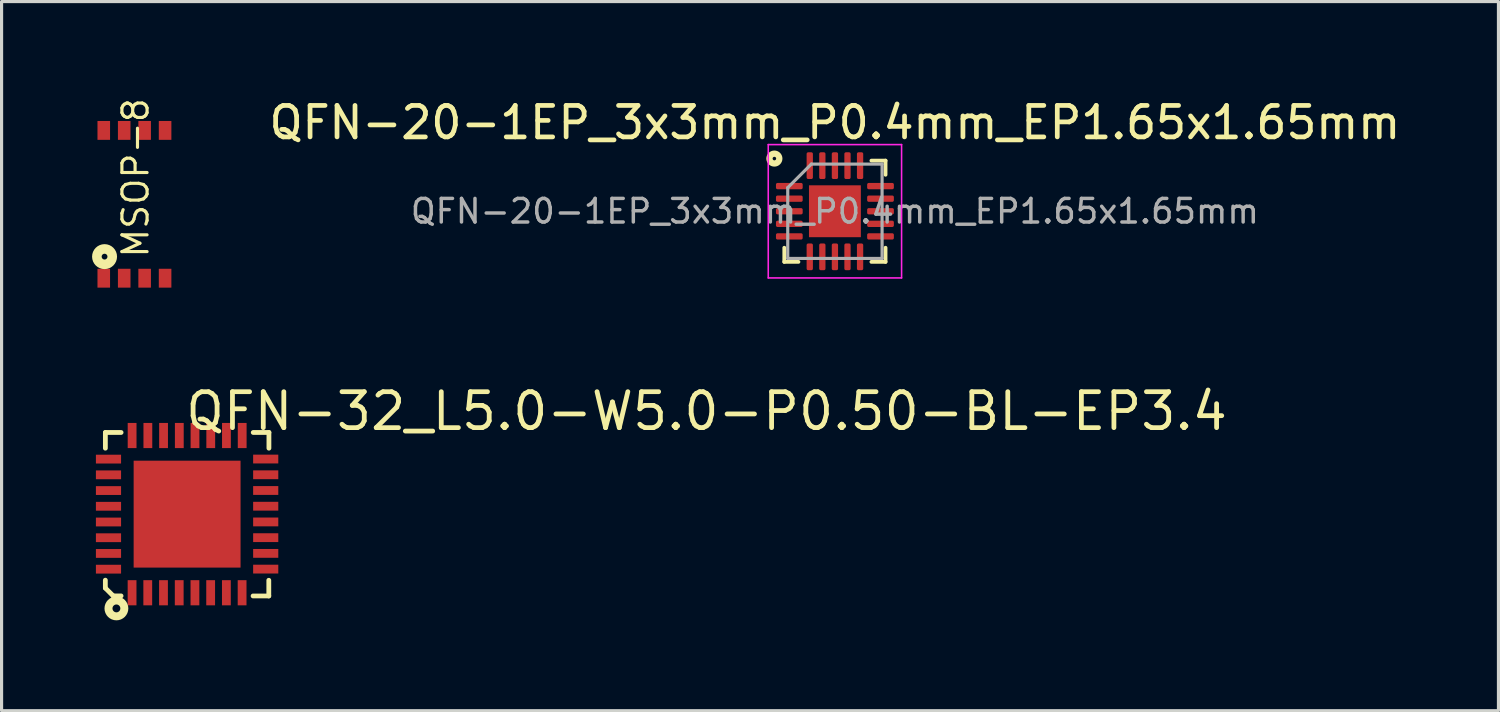
<source format=kicad_pcb>
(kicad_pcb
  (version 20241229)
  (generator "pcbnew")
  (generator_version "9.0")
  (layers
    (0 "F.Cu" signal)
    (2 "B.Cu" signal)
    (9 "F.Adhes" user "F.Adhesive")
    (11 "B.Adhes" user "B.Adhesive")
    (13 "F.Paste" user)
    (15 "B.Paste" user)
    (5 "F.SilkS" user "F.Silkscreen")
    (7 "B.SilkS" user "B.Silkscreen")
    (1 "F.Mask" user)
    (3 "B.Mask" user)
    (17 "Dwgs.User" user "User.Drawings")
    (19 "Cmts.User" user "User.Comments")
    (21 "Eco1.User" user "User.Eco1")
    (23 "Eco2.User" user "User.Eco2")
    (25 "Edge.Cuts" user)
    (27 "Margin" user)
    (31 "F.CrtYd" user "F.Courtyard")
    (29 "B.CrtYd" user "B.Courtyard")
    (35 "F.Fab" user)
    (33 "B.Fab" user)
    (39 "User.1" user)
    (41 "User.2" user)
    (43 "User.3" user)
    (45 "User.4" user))
  (footprint "MSOP-8"
    (layer "F.Cu")
    (at 0.25 5.797)
    (property "Reference" "MSOP-8" (at 1.48 -0.59 90) (unlocked yes) (layer "F.SilkS") (effects (font (size 0.8 0.8) (thickness 0.1)) (justify left bottom)))
    (fp_circle (center 0.025 -0.686) (end 0.117 -0.686) (stroke (width 0.305) (type solid)) (fill no) (layer "F.SilkS"))
    (pad "1" smd rect (at 0 0 180) (size 0.4 0.6) (layers "F.Cu" "F.Mask" "F.Paste"))
    (pad "2" smd rect (at 0.65 0 180) (size 0.4 0.6) (layers "F.Cu" "F.Mask" "F.Paste"))
    (pad "3" smd rect (at 1.3 0 180) (size 0.4 0.6) (layers "F.Cu" "F.Mask" "F.Paste"))
    (pad "4" smd rect (at 1.95 0 180) (size 0.4 0.6) (layers "F.Cu" "F.Mask" "F.Paste"))
    (pad "5" smd rect (at 1.95 -4.7 180) (size 0.4 0.6) (layers "F.Cu" "F.Mask" "F.Paste"))
    (pad "6" smd rect (at 1.3 -4.7 180) (size 0.4 0.6) (layers "F.Cu" "F.Mask" "F.Paste"))
    (pad "7" smd rect (at 0.65 -4.7 180) (size 0.4 0.6) (layers "F.Cu" "F.Mask" "F.Paste"))
    (pad "8" smd rect (at 0 -4.7 180) (size 0.4 0.6) (layers "F.Cu" "F.Mask" "F.Paste")))
  (footprint "QFN-32_L5.0-W5.0-P0.50-BL-EP3.4"
    (layer "F.Cu")
    (at 2.9 13.3)
    (property "Reference" "QFN-32_L5.0-W5.0-P0.50-BL-EP3.4" (at -0.127 -2.603 0) (unlocked yes) (layer "F.SilkS") (effects (font (size 1.143 1.143) (thickness 0.152)) (justify left bottom)))
    (fp_line (start -2.6 2.35) (end -2.6 2.1) (stroke (width 0.152) (type solid)) (layer "F.SilkS"))
    (fp_line (start -2.6 2.35) (end -2.35 2.6) (stroke (width 0.152) (type solid)) (layer "F.SilkS"))
    (fp_line (start -2.599 -2.597) (end -2.099 -2.597) (stroke (width 0.152) (type solid)) (layer "F.SilkS"))
    (fp_line (start -2.599 -2.097) (end -2.599 -2.597) (stroke (width 0.152) (type solid)) (layer "F.SilkS"))
    (fp_line (start -2.35 2.6) (end -2.1 2.6) (stroke (width 0.152) (type solid)) (layer "F.SilkS"))
    (fp_line (start 2.098 2.602) (end 2.598 2.602) (stroke (width 0.152) (type solid)) (layer "F.SilkS"))
    (fp_line (start 2.103 -2.597) (end 2.602 -2.597) (stroke (width 0.152) (type solid)) (layer "F.SilkS"))
    (fp_line (start 2.598 2.602) (end 2.598 2.103) (stroke (width 0.152) (type solid)) (layer "F.SilkS"))
    (fp_line (start 2.602 -2.097) (end 2.602 -2.597) (stroke (width 0.152) (type solid)) (layer "F.SilkS"))
    (fp_circle (center -2.248 2.998) (end -2.248 2.873) (stroke (width 0.254) (type solid)) (fill no) (layer "F.SilkS"))
    (fp_circle (center -1.75 2.88) (end -1.75 2.73) (stroke (width 0.3) (type solid)) (fill no) (layer "Eco1.User"))
    (pad "1" smd rect (at -1.75 2.5) (size 0.28 0.8) (layers "F.Cu" "F.Mask" "F.Paste"))
    (pad "2" smd rect (at -1.251 2.5) (size 0.28 0.8) (layers "F.Cu" "F.Mask" "F.Paste"))
    (pad "3" smd rect (at -0.751 2.5) (size 0.28 0.8) (layers "F.Cu" "F.Mask" "F.Paste"))
    (pad "4" smd rect (at -0.251 2.5) (size 0.28 0.8) (layers "F.Cu" "F.Mask" "F.Paste"))
    (pad "5" smd rect (at 0.249 2.5) (size 0.28 0.8) (layers "F.Cu" "F.Mask" "F.Paste"))
    (pad "6" smd rect (at 0.749 2.5) (size 0.28 0.8) (layers "F.Cu" "F.Mask" "F.Paste"))
    (pad "7" smd rect (at 1.249 2.5) (size 0.28 0.8) (layers "F.Cu" "F.Mask" "F.Paste"))
    (pad "8" smd rect (at 1.749 2.5) (size 0.28 0.8) (layers "F.Cu" "F.Mask" "F.Paste"))
    (pad "9" smd rect (at 2.5 1.748) (size 0.8 0.28) (layers "F.Cu" "F.Mask" "F.Paste"))
    (pad "10" smd rect (at 2.5 1.248) (size 0.8 0.28) (layers "F.Cu" "F.Mask" "F.Paste"))
    (pad "11" smd rect (at 2.5 0.748) (size 0.8 0.28) (layers "F.Cu" "F.Mask" "F.Paste"))
    (pad "12" smd rect (at 2.5 0.248) (size 0.8 0.28) (layers "F.Cu" "F.Mask" "F.Paste"))
    (pad "13" smd rect (at 2.5 -0.252) (size 0.8 0.28) (layers "F.Cu" "F.Mask" "F.Paste"))
    (pad "14" smd rect (at 2.5 -0.752) (size 0.8 0.28) (layers "F.Cu" "F.Mask" "F.Paste"))
    (pad "15" smd rect (at 2.5 -1.252) (size 0.8 0.28) (layers "F.Cu" "F.Mask" "F.Paste"))
    (pad "16" smd rect (at 2.5 -1.752) (size 0.8 0.28) (layers "F.Cu" "F.Mask" "F.Paste"))
    (pad "17" smd rect (at 1.752 -2.5) (size 0.28 0.8) (layers "F.Cu" "F.Mask" "F.Paste"))
    (pad "18" smd rect (at 1.251 -2.5) (size 0.28 0.8) (layers "F.Cu" "F.Mask" "F.Paste"))
    (pad "19" smd rect (at 0.752 -2.5) (size 0.28 0.8) (layers "F.Cu" "F.Mask" "F.Paste"))
    (pad "20" smd rect (at 0.251 -2.5) (size 0.28 0.8) (layers "F.Cu" "F.Mask" "F.Paste"))
    (pad "21" smd rect (at -0.248 -2.5) (size 0.28 0.8) (layers "F.Cu" "F.Mask" "F.Paste"))
    (pad "22" smd rect (at -0.749 -2.5) (size 0.28 0.8) (layers "F.Cu" "F.Mask" "F.Paste"))
    (pad "23" smd rect (at -1.248 -2.5) (size 0.28 0.8) (layers "F.Cu" "F.Mask" "F.Paste"))
    (pad "24" smd rect (at -1.749 -2.5) (size 0.28 0.8) (layers "F.Cu" "F.Mask" "F.Paste"))
    (pad "25" smd rect (at -2.5 -1.75) (size 0.8 0.28) (layers "F.Cu" "F.Mask" "F.Paste"))
    (pad "26" smd rect (at -2.5 -1.25) (size 0.8 0.28) (layers "F.Cu" "F.Mask" "F.Paste"))
    (pad "27" smd rect (at -2.5 -0.75) (size 0.8 0.28) (layers "F.Cu" "F.Mask" "F.Paste"))
    (pad "28" smd rect (at -2.5 -0.25) (size 0.8 0.28) (layers "F.Cu" "F.Mask" "F.Paste"))
    (pad "29" smd rect (at -2.5 0.25) (size 0.8 0.28) (layers "F.Cu" "F.Mask" "F.Paste"))
    (pad "30" smd rect (at -2.5 0.75) (size 0.8 0.28) (layers "F.Cu" "F.Mask" "F.Paste"))
    (pad "31" smd rect (at -2.5 1.25) (size 0.8 0.28) (layers "F.Cu" "F.Mask" "F.Paste"))
    (pad "32" smd rect (at -2.5 1.75) (size 0.8 0.28) (layers "F.Cu" "F.Mask" "F.Paste"))
    (pad "33" smd rect (at 0 0 180) (size 3.4 3.4) (layers "F.Cu" "F.Mask" "F.Paste")))
  (footprint "QFN-20-1EP_3x3mm_P0.4mm_EP1.65x1.65mm"
    (layer "F.Cu")
    (at 23.501 3.668)
    (property "Reference" "QFN-20-1EP_3x3mm_P0.4mm_EP1.65x1.65mm" (at 0 -2.82 0) (layer "F.SilkS") (effects (font (size 1 1) (thickness 0.15))))
    (attr smd)
    (fp_line (start -1.61 1.61) (end -1.61 1.16) (stroke (width 0.12) (type solid)) (layer "F.SilkS"))
    (fp_line (start -1.16 1.61) (end -1.61 1.61) (stroke (width 0.12) (type solid)) (layer "F.SilkS"))
    (fp_line (start 1.16 -1.61) (end 1.61 -1.61) (stroke (width 0.12) (type solid)) (layer "F.SilkS"))
    (fp_line (start 1.16 1.61) (end 1.61 1.61) (stroke (width 0.12) (type solid)) (layer "F.SilkS"))
    (fp_line (start 1.61 -1.61) (end 1.61 -1.16) (stroke (width 0.12) (type solid)) (layer "F.SilkS"))
    (fp_line (start 1.61 1.61) (end 1.61 1.16) (stroke (width 0.12) (type solid)) (layer "F.SilkS"))
    (fp_circle (center -1.925 -1.675) (end -1.869 -1.675) (stroke (width 0.2) (type solid)) (fill no) (layer "F.SilkS"))
    (fp_line (start -2.12 -2.12) (end -2.12 2.12) (stroke (width 0.05) (type solid)) (layer "F.CrtYd"))
    (fp_line (start -2.12 2.12) (end 2.12 2.12) (stroke (width 0.05) (type solid)) (layer "F.CrtYd"))
    (fp_line (start 2.12 -2.12) (end -2.12 -2.12) (stroke (width 0.05) (type solid)) (layer "F.CrtYd"))
    (fp_line (start 2.12 2.12) (end 2.12 -2.12) (stroke (width 0.05) (type solid)) (layer "F.CrtYd"))
    (fp_line (start -1.5 -0.75) (end -0.75 -1.5) (stroke (width 0.1) (type solid)) (layer "F.Fab"))
    (fp_line (start -1.5 1.5) (end -1.5 -0.75) (stroke (width 0.1) (type solid)) (layer "F.Fab"))
    (fp_line (start -0.75 -1.5) (end 1.5 -1.5) (stroke (width 0.1) (type solid)) (layer "F.Fab"))
    (fp_line (start 1.5 -1.5) (end 1.5 1.5) (stroke (width 0.1) (type solid)) (layer "F.Fab"))
    (fp_line (start 1.5 1.5) (end -1.5 1.5) (stroke (width 0.1) (type solid)) (layer "F.Fab"))
    (fp_text user "${REFERENCE}" (at 0 0 0) (layer "F.Fab") (effects (font (size 0.75 0.75) (thickness 0.11))))
    (pad "" smd roundrect (at -0.41 -0.41) (size 0.67 0.67) (layers "F.Paste") (roundrect_rratio 0.25))
    (pad "" smd roundrect (at -0.41 0.41) (size 0.67 0.67) (layers "F.Paste") (roundrect_rratio 0.25))
    (pad "" smd roundrect (at 0.41 -0.41) (size 0.67 0.67) (layers "F.Paste") (roundrect_rratio 0.25))
    (pad "" smd roundrect (at 0.41 0.41) (size 0.67 0.67) (layers "F.Paste") (roundrect_rratio 0.25))
    (pad "1" smd roundrect (at -1.45 -0.8) (size 0.85 0.2) (layers "F.Cu" "F.Mask" "F.Paste") (roundrect_rratio 0.25))
    (pad "2" smd roundrect (at -1.45 -0.4) (size 0.85 0.2) (layers "F.Cu" "F.Mask" "F.Paste") (roundrect_rratio 0.25))
    (pad "3" smd roundrect (at -1.45 0) (size 0.85 0.2) (layers "F.Cu" "F.Mask" "F.Paste") (roundrect_rratio 0.25))
    (pad "4" smd roundrect (at -1.45 0.4) (size 0.85 0.2) (layers "F.Cu" "F.Mask" "F.Paste") (roundrect_rratio 0.25))
    (pad "5" smd roundrect (at -1.45 0.8) (size 0.85 0.2) (layers "F.Cu" "F.Mask" "F.Paste") (roundrect_rratio 0.25))
    (pad "6" smd roundrect (at -0.8 1.45) (size 0.2 0.85) (layers "F.Cu" "F.Mask" "F.Paste") (roundrect_rratio 0.25))
    (pad "7" smd roundrect (at -0.4 1.45) (size 0.2 0.85) (layers "F.Cu" "F.Mask" "F.Paste") (roundrect_rratio 0.25))
    (pad "8" smd roundrect (at 0 1.45) (size 0.2 0.85) (layers "F.Cu" "F.Mask" "F.Paste") (roundrect_rratio 0.25))
    (pad "9" smd roundrect (at 0.4 1.45) (size 0.2 0.85) (layers "F.Cu" "F.Mask" "F.Paste") (roundrect_rratio 0.25))
    (pad "10" smd roundrect (at 0.8 1.45) (size 0.2 0.85) (layers "F.Cu" "F.Mask" "F.Paste") (roundrect_rratio 0.25))
    (pad "11" smd roundrect (at 1.45 0.8) (size 0.85 0.2) (layers "F.Cu" "F.Mask" "F.Paste") (roundrect_rratio 0.25))
    (pad "12" smd roundrect (at 1.45 0.4) (size 0.85 0.2) (layers "F.Cu" "F.Mask" "F.Paste") (roundrect_rratio 0.25))
    (pad "13" smd roundrect (at 1.45 0) (size 0.85 0.2) (layers "F.Cu" "F.Mask" "F.Paste") (roundrect_rratio 0.25))
    (pad "14" smd roundrect (at 1.45 -0.4) (size 0.85 0.2) (layers "F.Cu" "F.Mask" "F.Paste") (roundrect_rratio 0.25))
    (pad "15" smd roundrect (at 1.45 -0.8) (size 0.85 0.2) (layers "F.Cu" "F.Mask" "F.Paste") (roundrect_rratio 0.25))
    (pad "16" smd roundrect (at 0.8 -1.45) (size 0.2 0.85) (layers "F.Cu" "F.Mask" "F.Paste") (roundrect_rratio 0.25))
    (pad "17" smd roundrect (at 0.4 -1.45) (size 0.2 0.85) (layers "F.Cu" "F.Mask" "F.Paste") (roundrect_rratio 0.25))
    (pad "18" smd roundrect (at 0 -1.45) (size 0.2 0.85) (layers "F.Cu" "F.Mask" "F.Paste") (roundrect_rratio 0.25))
    (pad "19" smd roundrect (at -0.4 -1.45) (size 0.2 0.85) (layers "F.Cu" "F.Mask" "F.Paste") (roundrect_rratio 0.25))
    (pad "20" smd roundrect (at -0.8 -1.45) (size 0.2 0.85) (layers "F.Cu" "F.Mask" "F.Paste") (roundrect_rratio 0.25))
    (pad "21" smd rect (at 0 0) (size 1.65 1.65) (layers "F.Cu" "F.Mask")))
  (gr_rect
    (start -3 -3)
    (end 44.602 19.55)
    (stroke (width 0.1) (type default))
    (fill no)
    (layer "Edge.Cuts")))
</source>
